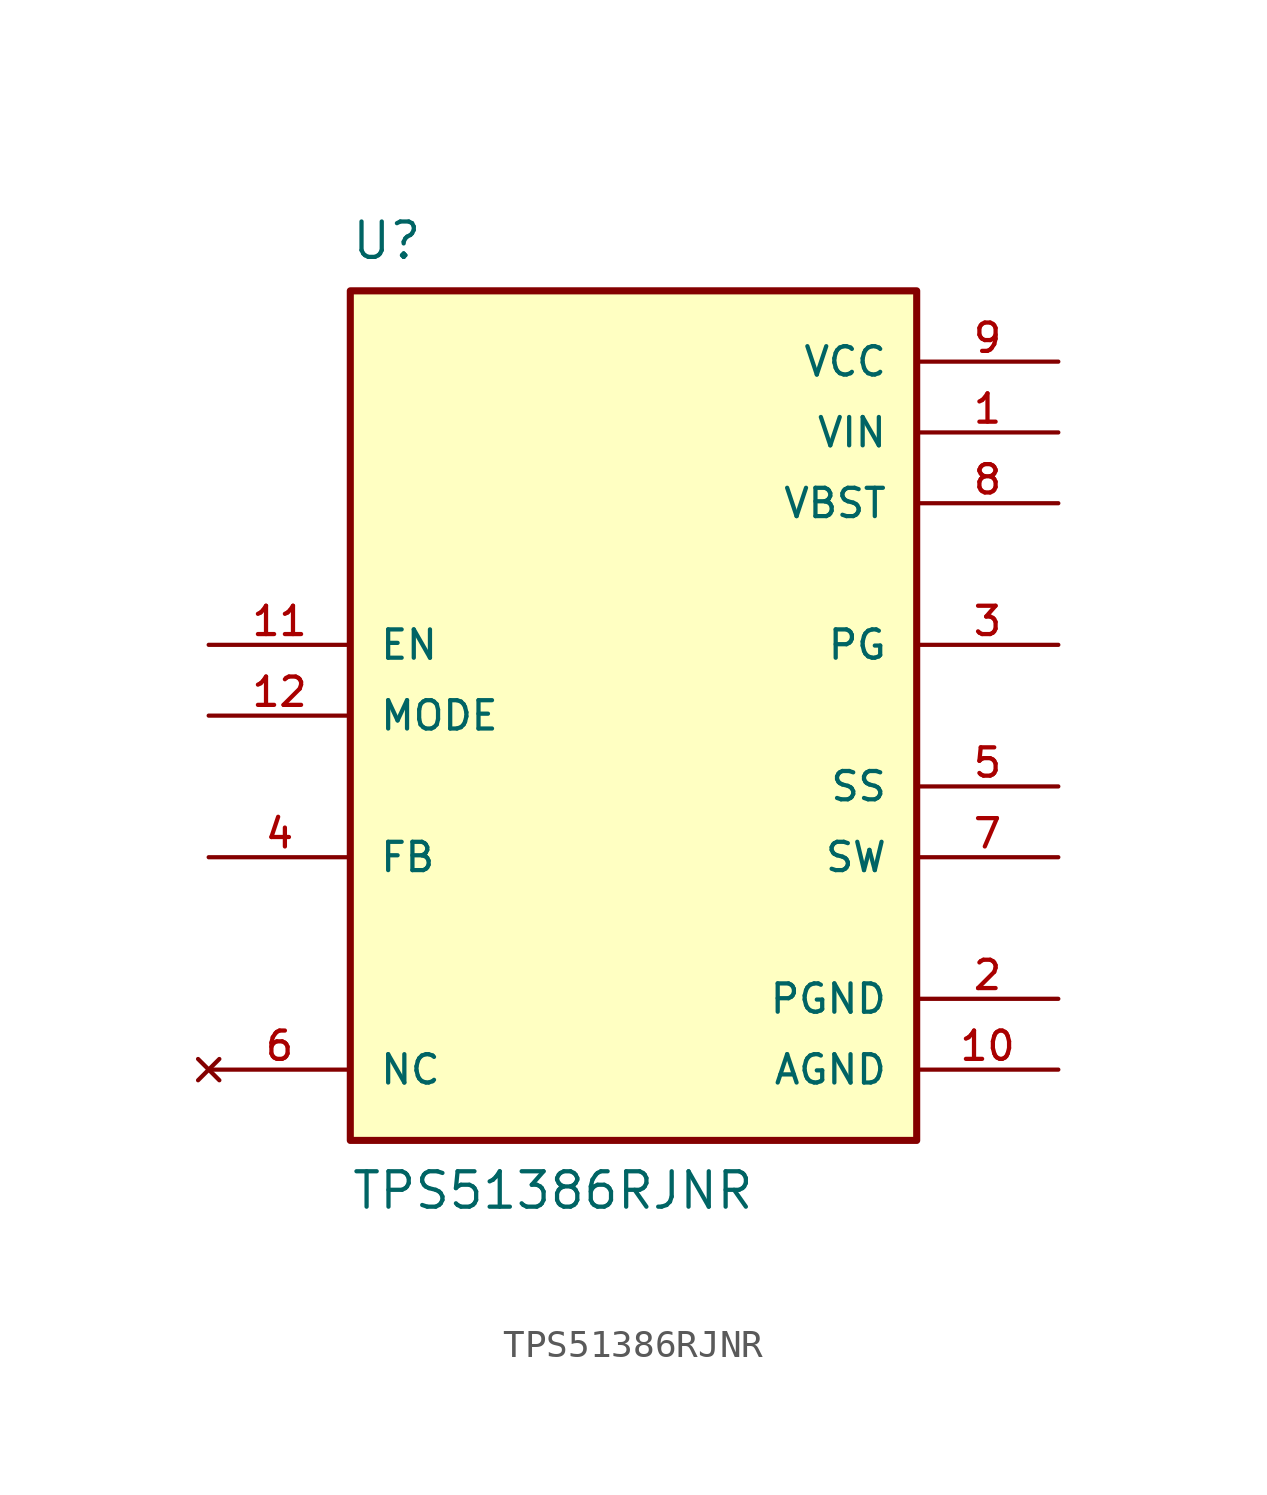
<source format=kicad_sym>
(kicad_symbol_lib
  (version 20211014)
  (generator kicad_symbol_editor)
  (symbol "TPS51386RJNR"
    (pin_names
      (offset 1.016))
    (property "Reference" "U"
      (at -10.16 17.78 0)
      (effects (font (size 1.27 1.27)) (justify top left)))
    (property "Value" "TPS51386RJNR"
      (at -10.16 -17.78 0)
      (effects (font (size 1.27 1.27)) (justify bottom left)))
    (symbol "TPS51386RJNR_0_0"
      (rectangle (start -10.16 -15.24) (end 10.16 15.24) (stroke (width 0.254)) (fill (type background)))
      (pin power_in line (at 15.24 10.16 180.0) (length 5.08) (name "VIN" (effects (font (size 1.016 1.016)))) (number "1" (effects (font (size 1.016 1.016)))))
      (pin power_in line (at 15.24 -10.16 180.0) (length 5.08) (name "PGND" (effects (font (size 1.016 1.016)))) (number "2" (effects (font (size 1.016 1.016)))))
      (pin output line (at 15.24 2.54 180.0) (length 5.08) (name "PG" (effects (font (size 1.016 1.016)))) (number "3" (effects (font (size 1.016 1.016)))))
      (pin input line (at -15.24 -5.08 0) (length 5.08) (name "FB" (effects (font (size 1.016 1.016)))) (number "4" (effects (font (size 1.016 1.016)))))
      (pin output line (at 15.24 -2.54 180.0) (length 5.08) (name "SS" (effects (font (size 1.016 1.016)))) (number "5" (effects (font (size 1.016 1.016)))))
      (pin no_connect line (at -15.24 -12.7 0) (length 5.08) (name "NC" (effects (font (size 1.016 1.016)))) (number "6" (effects (font (size 1.016 1.016)))))
      (pin output line (at 15.24 -5.08 180.0) (length 5.08) (name "SW" (effects (font (size 1.016 1.016)))) (number "7" (effects (font (size 1.016 1.016)))))
      (pin power_in line (at 15.24 7.62 180.0) (length 5.08) (name "VBST" (effects (font (size 1.016 1.016)))) (number "8" (effects (font (size 1.016 1.016)))))
      (pin power_in line (at 15.24 12.7 180.0) (length 5.08) (name "VCC" (effects (font (size 1.016 1.016)))) (number "9" (effects (font (size 1.016 1.016)))))
      (pin power_in line (at 15.24 -12.7 180.0) (length 5.08) (name "AGND" (effects (font (size 1.016 1.016)))) (number "10" (effects (font (size 1.016 1.016)))))
      (pin input line (at -15.24 2.54 0) (length 5.08) (name "EN" (effects (font (size 1.016 1.016)))) (number "11" (effects (font (size 1.016 1.016)))))
      (pin input line (at -15.24 0.0 0) (length 5.08) (name "MODE" (effects (font (size 1.016 1.016)))) (number "12" (effects (font (size 1.016 1.016))))))))
</source>
